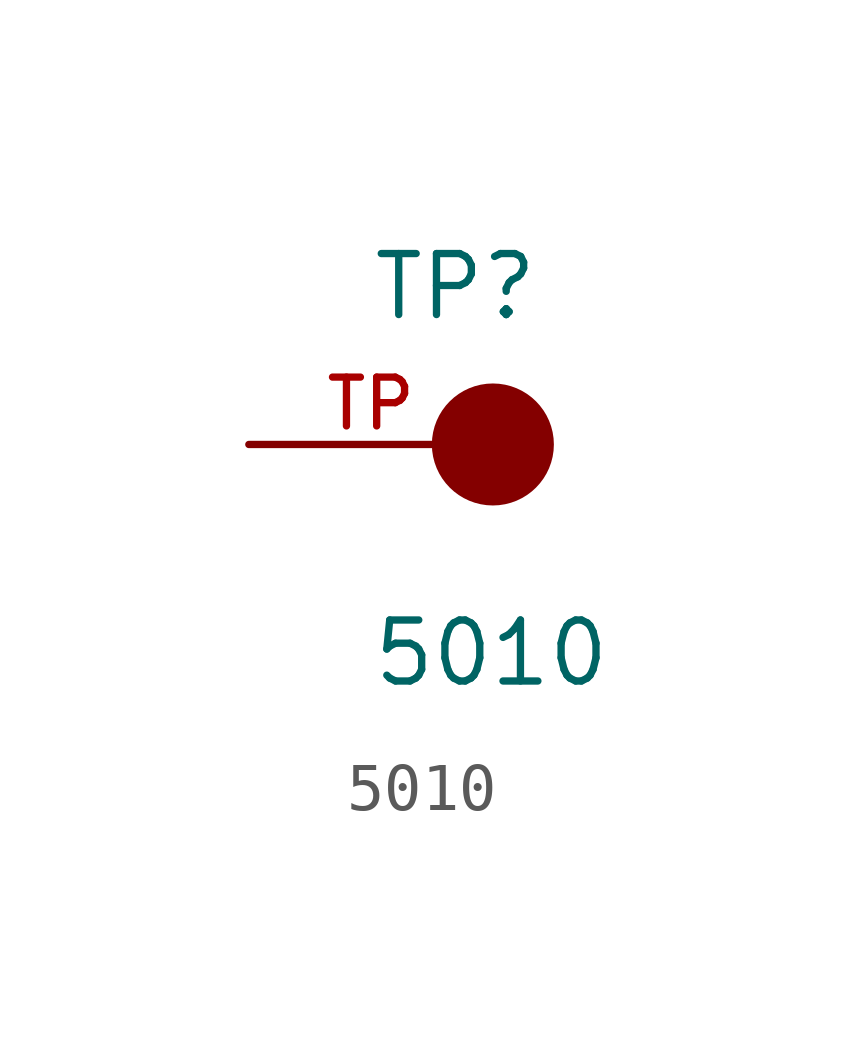
<source format=kicad_sym>
(kicad_symbol_lib
  (version 20211014)
  (generator kicad_symbol_editor)
  (symbol "5010"
    (pin_names
      (offset 1.016))
    (property "Reference" "TP"
      (at -2.544 2.541 0)
      (effects (font (size 1.27 1.27)) (justify bottom left)))
    (property "Value" "5010"
      (at -2.55 -5.087 0)
      (effects (font (size 1.27 1.27)) (justify bottom left)))
    (symbol "5010_0_0"
      (circle (center 0.0 0.0) (radius 0.635) (stroke (width 1.27)) (fill (type none)))
      (pin passive line (at -5.08 0.0 0) (length 5.08) (name "~" (effects (font (size 1.016 1.016)))) (number "TP" (effects (font (size 1.016 1.016))))))))
</source>
